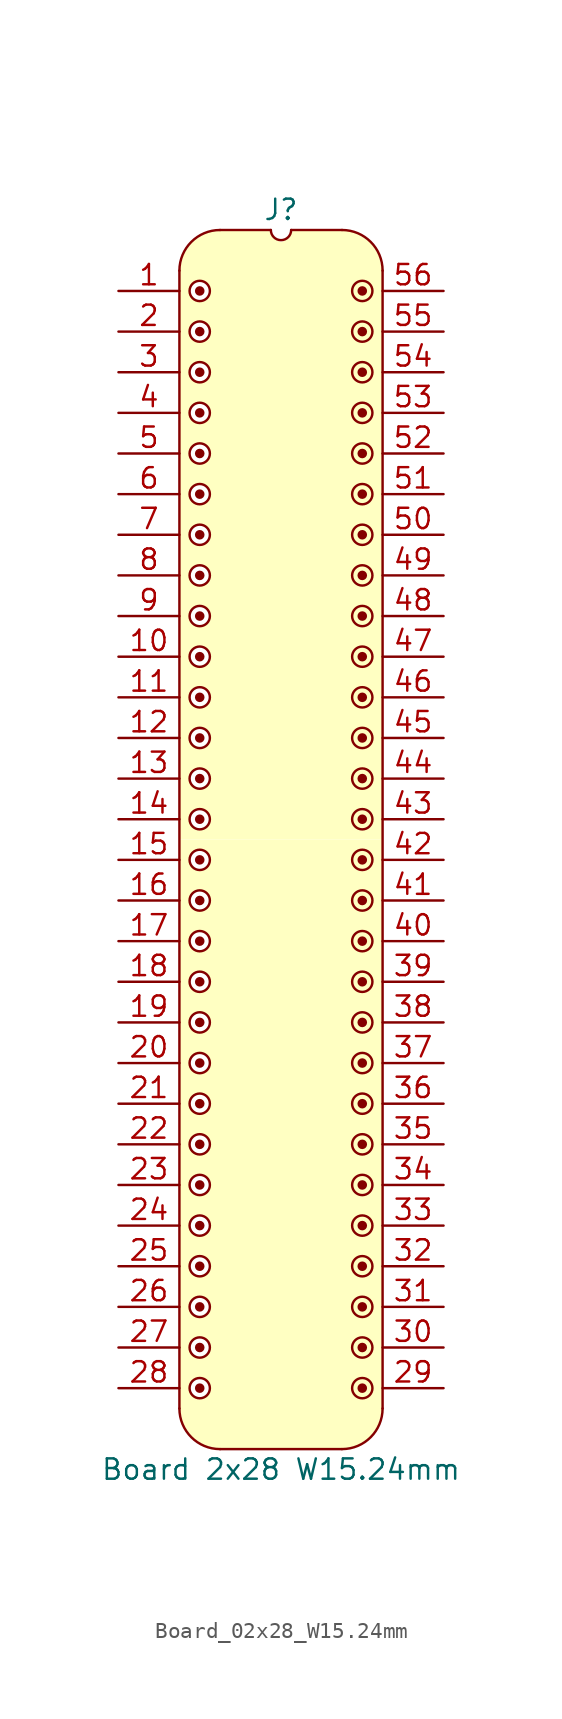
<source format=kicad_sym>
(kicad_symbol_lib
  (version 20241209)
  (generator "kicad_symbol_editor")
  (generator_version "9.0")
  (symbol "Board_02x28_W15.24mm"
    (pin_names
      (offset 1.016)
      (hide yes))
    (property "Reference" "J"
      (at 0 5.08 0)
      (effects (font (size 1.27 1.27))))
    (property "Value" "Board 2x28 W15.24mm"
      (at 0 -73.66 0)
      (effects (font (size 1.27 1.27))))
    (symbol "Board_02x28_W15.24mm_0_1"
      (polyline (pts (xy -6.35 1.27) (xy -6.35 -69.85)) (stroke (width 0) (type default)) (fill (type none)))
      (arc (start -3.8102 -72.3898) (mid -5.6063 -71.6459) (end -6.3502 -69.8498) (stroke (width 0) (type default)) (fill (type none)))
      (arc (start -6.35 1.27) (mid -5.6061 3.0661) (end -3.81 3.81) (stroke (width 0) (type default)) (fill (type none)))
      (polyline (pts (xy -3.81 3.81) (xy -0.635 3.81)) (stroke (width 0) (type default)) (fill (type none)))
      (arc (start 0.635 3.81) (mid 0 3.175) (end -0.635 3.81) (stroke (width 0) (type default)) (fill (type none)))
      (polyline (pts (xy 0.635 3.81) (xy 3.81 3.81)) (stroke (width 0) (type default)) (fill (type none)))
      (polyline (pts (xy 3.81 -72.39) (xy -3.81 -72.39)) (stroke (width 0) (type default)) (fill (type none)))
      (arc (start 3.81 3.81) (mid 5.6061 3.0661) (end 6.35 1.27) (stroke (width 0) (type default)) (fill (type none)))
      (arc (start 6.3498 -69.8498) (mid 5.6059 -71.6459) (end 3.8098 -72.3898) (stroke (width 0) (type default)) (fill (type none)))
      (polyline (pts (xy 6.35 -69.85) (xy 6.35 1.27)) (stroke (width 0) (type default)) (fill (type none))))
    (symbol "Board_02x28_W15.24mm_1_1"
      (polyline (pts (xy -6.35 1.27) (xy -6.096 2.286) (xy -5.588 3.048) (xy -4.826 3.556) (xy -4.064 3.81) (xy -0.762 3.81) (xy -0.508 3.302) (xy 0 3.048) (xy 0 -34.29) (xy -6.35 -34.29) (xy -6.35 1.27)) (stroke (width -0.0001) (type solid)) (fill (type background)))
      (polyline (pts (xy -6.35 -34.29) (xy 0 -34.29) (xy 0 -72.39) (xy -3.81 -72.39) (xy -4.826 -72.136) (xy -5.588 -71.628) (xy -6.096 -70.866) (xy -6.35 -69.85) (xy -6.35 -29.21)) (stroke (width -0.0001) (type solid)) (fill (type background)))
      (circle (center -5.08 0) (radius 0.0001) (stroke (width 0.3) (type solid)) (fill (type none)))
      (circle (center -5.08 0) (radius 0.635) (stroke (width 0) (type solid)) (fill (type color) (color 255 255 255 1)))
      (circle (center -5.08 -2.54) (radius 0.0001) (stroke (width 0.3) (type solid)) (fill (type none)))
      (circle (center -5.08 -2.54) (radius 0.635) (stroke (width 0) (type solid)) (fill (type color) (color 255 255 255 1)))
      (circle (center -5.08 -5.08) (radius 0.0001) (stroke (width 0.3) (type solid)) (fill (type none)))
      (circle (center -5.08 -5.08) (radius 0.635) (stroke (width 0) (type solid)) (fill (type color) (color 255 255 255 1)))
      (circle (center -5.08 -7.62) (radius 0.0001) (stroke (width 0.3) (type solid)) (fill (type none)))
      (circle (center -5.08 -7.62) (radius 0.635) (stroke (width 0) (type solid)) (fill (type color) (color 255 255 255 1)))
      (circle (center -5.08 -10.16) (radius 0.0001) (stroke (width 0.3) (type solid)) (fill (type none)))
      (circle (center -5.08 -10.16) (radius 0.635) (stroke (width 0) (type solid)) (fill (type color) (color 255 255 255 1)))
      (circle (center -5.08 -12.7) (radius 0.0001) (stroke (width 0.3) (type solid)) (fill (type none)))
      (circle (center -5.08 -12.7) (radius 0.635) (stroke (width 0) (type solid)) (fill (type color) (color 255 255 255 1)))
      (circle (center -5.08 -15.24) (radius 0.0001) (stroke (width 0.3) (type solid)) (fill (type none)))
      (circle (center -5.08 -15.24) (radius 0.635) (stroke (width 0) (type solid)) (fill (type color) (color 255 255 255 1)))
      (circle (center -5.08 -17.78) (radius 0.0001) (stroke (width 0.3) (type solid)) (fill (type none)))
      (circle (center -5.08 -17.78) (radius 0.635) (stroke (width 0) (type solid)) (fill (type color) (color 255 255 255 1)))
      (circle (center -5.08 -20.32) (radius 0.0001) (stroke (width 0.3) (type solid)) (fill (type none)))
      (circle (center -5.08 -20.32) (radius 0.635) (stroke (width 0) (type solid)) (fill (type color) (color 255 255 255 1)))
      (circle (center -5.08 -22.86) (radius 0.0001) (stroke (width 0.3) (type solid)) (fill (type none)))
      (circle (center -5.08 -22.86) (radius 0.635) (stroke (width 0) (type solid)) (fill (type color) (color 255 255 255 1)))
      (circle (center -5.08 -25.4) (radius 0.0001) (stroke (width 0.3) (type solid)) (fill (type none)))
      (circle (center -5.08 -25.4) (radius 0.635) (stroke (width 0) (type solid)) (fill (type color) (color 255 255 255 1)))
      (circle (center -5.08 -27.94) (radius 0.0001) (stroke (width 0.3) (type solid)) (fill (type none)))
      (circle (center -5.08 -27.94) (radius 0.635) (stroke (width 0) (type solid)) (fill (type color) (color 255 255 255 1)))
      (circle (center -5.08 -30.48) (radius 0.0001) (stroke (width 0.3) (type solid)) (fill (type none)))
      (circle (center -5.08 -30.48) (radius 0.635) (stroke (width 0) (type solid)) (fill (type color) (color 255 255 255 1)))
      (circle (center -5.08 -33.02) (radius 0.0001) (stroke (width 0.3) (type solid)) (fill (type none)))
      (circle (center -5.08 -33.02) (radius 0.635) (stroke (width 0) (type solid)) (fill (type color) (color 255 255 255 1)))
      (circle (center -5.08 -35.56) (radius 0.0001) (stroke (width 0.3) (type solid)) (fill (type none)))
      (circle (center -5.08 -35.56) (radius 0.635) (stroke (width 0) (type solid)) (fill (type color) (color 255 255 255 1)))
      (circle (center -5.08 -38.1) (radius 0.0001) (stroke (width 0.3) (type solid)) (fill (type none)))
      (circle (center -5.08 -38.1) (radius 0.635) (stroke (width 0) (type solid)) (fill (type color) (color 255 255 255 1)))
      (circle (center -5.08 -40.64) (radius 0.0001) (stroke (width 0.3) (type solid)) (fill (type none)))
      (circle (center -5.08 -40.64) (radius 0.635) (stroke (width 0) (type solid)) (fill (type color) (color 255 255 255 1)))
      (circle (center -5.08 -43.18) (radius 0.0001) (stroke (width 0.3) (type solid)) (fill (type none)))
      (circle (center -5.08 -43.18) (radius 0.635) (stroke (width 0) (type solid)) (fill (type color) (color 255 255 255 1)))
      (circle (center -5.08 -45.72) (radius 0.0001) (stroke (width 0.3) (type solid)) (fill (type none)))
      (circle (center -5.08 -45.72) (radius 0.635) (stroke (width 0) (type solid)) (fill (type color) (color 255 255 255 1)))
      (circle (center -5.08 -48.26) (radius 0.0001) (stroke (width 0.3) (type solid)) (fill (type none)))
      (circle (center -5.08 -48.26) (radius 0.635) (stroke (width 0) (type solid)) (fill (type color) (color 255 255 255 1)))
      (circle (center -5.08 -50.8) (radius 0.0001) (stroke (width 0.3) (type solid)) (fill (type none)))
      (circle (center -5.08 -50.8) (radius 0.635) (stroke (width 0) (type solid)) (fill (type color) (color 255 255 255 1)))
      (circle (center -5.08 -53.34) (radius 0.0001) (stroke (width 0.3) (type solid)) (fill (type none)))
      (circle (center -5.08 -53.34) (radius 0.635) (stroke (width 0) (type solid)) (fill (type color) (color 255 255 255 1)))
      (circle (center -5.08 -55.88) (radius 0.0001) (stroke (width 0.3) (type solid)) (fill (type none)))
      (circle (center -5.08 -55.88) (radius 0.635) (stroke (width 0) (type solid)) (fill (type color) (color 255 255 255 1)))
      (circle (center -5.08 -58.42) (radius 0.0001) (stroke (width 0.3) (type solid)) (fill (type none)))
      (circle (center -5.08 -58.42) (radius 0.635) (stroke (width 0) (type solid)) (fill (type color) (color 255 255 255 1)))
      (circle (center -5.08 -60.96) (radius 0.0001) (stroke (width 0.3) (type solid)) (fill (type none)))
      (circle (center -5.08 -60.96) (radius 0.635) (stroke (width 0) (type solid)) (fill (type color) (color 255 255 255 1)))
      (circle (center -5.08 -63.5) (radius 0.0001) (stroke (width 0.3) (type solid)) (fill (type none)))
      (circle (center -5.08 -63.5) (radius 0.635) (stroke (width 0) (type solid)) (fill (type color) (color 255 255 255 1)))
      (circle (center -5.08 -66.04) (radius 0.0001) (stroke (width 0.3) (type solid)) (fill (type none)))
      (circle (center -5.08 -66.04) (radius 0.635) (stroke (width 0) (type solid)) (fill (type color) (color 255 255 255 1)))
      (circle (center -5.08 -68.58) (radius 0.0001) (stroke (width 0.3) (type solid)) (fill (type none)))
      (circle (center -5.08 -68.58) (radius 0.635) (stroke (width 0) (type solid)) (fill (type color) (color 255 255 255 1)))
      (circle (center 5.08 0) (radius 0.0001) (stroke (width 0.3) (type solid)) (fill (type none)))
      (circle (center 5.08 0) (radius 0.635) (stroke (width 0) (type solid)) (fill (type color) (color 255 255 255 1)))
      (circle (center 5.08 -2.54) (radius 0.0001) (stroke (width 0.3) (type solid)) (fill (type none)))
      (circle (center 5.08 -2.54) (radius 0.635) (stroke (width 0) (type solid)) (fill (type color) (color 255 255 255 1)))
      (circle (center 5.08 -5.08) (radius 0.0001) (stroke (width 0.3) (type solid)) (fill (type none)))
      (circle (center 5.08 -5.08) (radius 0.635) (stroke (width 0) (type solid)) (fill (type color) (color 255 255 255 1)))
      (circle (center 5.08 -7.62) (radius 0.0001) (stroke (width 0.3) (type solid)) (fill (type none)))
      (circle (center 5.08 -7.62) (radius 0.635) (stroke (width 0) (type solid)) (fill (type color) (color 255 255 255 1)))
      (circle (center 5.08 -10.16) (radius 0.0001) (stroke (width 0.3) (type solid)) (fill (type none)))
      (circle (center 5.08 -10.16) (radius 0.635) (stroke (width 0) (type solid)) (fill (type color) (color 255 255 255 1)))
      (circle (center 5.08 -12.7) (radius 0.0001) (stroke (width 0.3) (type solid)) (fill (type none)))
      (circle (center 5.08 -12.7) (radius 0.635) (stroke (width 0) (type solid)) (fill (type color) (color 255 255 255 1)))
      (circle (center 5.08 -15.24) (radius 0.0001) (stroke (width 0.3) (type solid)) (fill (type none)))
      (circle (center 5.08 -15.24) (radius 0.635) (stroke (width 0) (type solid)) (fill (type color) (color 255 255 255 1)))
      (circle (center 5.08 -17.78) (radius 0.0001) (stroke (width 0.3) (type solid)) (fill (type none)))
      (circle (center 5.08 -17.78) (radius 0.635) (stroke (width 0) (type solid)) (fill (type color) (color 255 255 255 1)))
      (circle (center 5.08 -20.32) (radius 0.0001) (stroke (width 0.3) (type solid)) (fill (type none)))
      (circle (center 5.08 -20.32) (radius 0.635) (stroke (width 0) (type solid)) (fill (type color) (color 255 255 255 1)))
      (circle (center 5.08 -22.86) (radius 0.0001) (stroke (width 0.3) (type solid)) (fill (type none)))
      (circle (center 5.08 -22.86) (radius 0.635) (stroke (width 0) (type solid)) (fill (type color) (color 255 255 255 1)))
      (circle (center 5.08 -25.4) (radius 0.0001) (stroke (width 0.3) (type solid)) (fill (type none)))
      (circle (center 5.08 -25.4) (radius 0.635) (stroke (width 0) (type solid)) (fill (type color) (color 255 255 255 1)))
      (circle (center 5.08 -27.94) (radius 0.0001) (stroke (width 0.3) (type solid)) (fill (type none)))
      (circle (center 5.08 -27.94) (radius 0.635) (stroke (width 0) (type solid)) (fill (type color) (color 255 255 255 1)))
      (circle (center 5.08 -30.48) (radius 0.0001) (stroke (width 0.3) (type solid)) (fill (type none)))
      (circle (center 5.08 -30.48) (radius 0.635) (stroke (width 0) (type solid)) (fill (type color) (color 255 255 255 1)))
      (circle (center 5.08 -33.02) (radius 0.0001) (stroke (width 0.3) (type solid)) (fill (type none)))
      (circle (center 5.08 -33.02) (radius 0.635) (stroke (width 0) (type solid)) (fill (type color) (color 255 255 255 1)))
      (circle (center 5.08 -35.56) (radius 0.0001) (stroke (width 0.3) (type solid)) (fill (type none)))
      (circle (center 5.08 -35.56) (radius 0.635) (stroke (width 0) (type solid)) (fill (type color) (color 255 255 255 1)))
      (circle (center 5.08 -38.1) (radius 0.0001) (stroke (width 0.3) (type solid)) (fill (type none)))
      (circle (center 5.08 -38.1) (radius 0.635) (stroke (width 0) (type solid)) (fill (type color) (color 255 255 255 1)))
      (circle (center 5.08 -40.64) (radius 0.0001) (stroke (width 0.3) (type solid)) (fill (type none)))
      (circle (center 5.08 -40.64) (radius 0.635) (stroke (width 0) (type solid)) (fill (type color) (color 255 255 255 1)))
      (circle (center 5.08 -43.18) (radius 0.0001) (stroke (width 0.3) (type solid)) (fill (type none)))
      (circle (center 5.08 -43.18) (radius 0.635) (stroke (width 0) (type solid)) (fill (type color) (color 255 255 255 1)))
      (circle (center 5.08 -45.72) (radius 0.0001) (stroke (width 0.3) (type solid)) (fill (type none)))
      (circle (center 5.08 -45.72) (radius 0.635) (stroke (width 0) (type solid)) (fill (type color) (color 255 255 255 1)))
      (circle (center 5.08 -48.26) (radius 0.0001) (stroke (width 0.3) (type solid)) (fill (type none)))
      (circle (center 5.08 -48.26) (radius 0.635) (stroke (width 0) (type solid)) (fill (type color) (color 255 255 255 1)))
      (circle (center 5.08 -50.8) (radius 0.0001) (stroke (width 0.3) (type solid)) (fill (type none)))
      (circle (center 5.08 -50.8) (radius 0.635) (stroke (width 0) (type solid)) (fill (type color) (color 255 255 255 1)))
      (circle (center 5.08 -53.34) (radius 0.0001) (stroke (width 0.3) (type solid)) (fill (type none)))
      (circle (center 5.08 -53.34) (radius 0.635) (stroke (width 0) (type solid)) (fill (type color) (color 255 255 255 1)))
      (circle (center 5.08 -55.88) (radius 0.0001) (stroke (width 0.3) (type solid)) (fill (type none)))
      (circle (center 5.08 -55.88) (radius 0.635) (stroke (width 0) (type solid)) (fill (type color) (color 255 255 255 1)))
      (circle (center 5.08 -58.42) (radius 0.0001) (stroke (width 0.3) (type solid)) (fill (type none)))
      (circle (center 5.08 -58.42) (radius 0.635) (stroke (width 0) (type solid)) (fill (type color) (color 255 255 255 1)))
      (circle (center 5.08 -60.96) (radius 0.0001) (stroke (width 0.3) (type solid)) (fill (type none)))
      (circle (center 5.08 -60.96) (radius 0.635) (stroke (width 0) (type solid)) (fill (type color) (color 255 255 255 1)))
      (circle (center 5.08 -63.5) (radius 0.0001) (stroke (width 0.3) (type solid)) (fill (type none)))
      (circle (center 5.08 -63.5) (radius 0.635) (stroke (width 0) (type solid)) (fill (type color) (color 255 255 255 1)))
      (circle (center 5.08 -66.04) (radius 0.0001) (stroke (width 0.3) (type solid)) (fill (type none)))
      (circle (center 5.08 -66.04) (radius 0.635) (stroke (width 0) (type solid)) (fill (type color) (color 255 255 255 1)))
      (circle (center 5.08 -68.58) (radius 0.0001) (stroke (width 0.3) (type solid)) (fill (type none)))
      (circle (center 5.08 -68.58) (radius 0.635) (stroke (width 0) (type solid)) (fill (type color) (color 255 255 255 1)))
      (polyline (pts (xy 6.35 1.27) (xy 6.096 2.286) (xy 5.588 3.048) (xy 4.826 3.556) (xy 4.064 3.81) (xy 0.762 3.81) (xy 0.508 3.302) (xy 0 3.048) (xy 0 -34.29) (xy 6.35 -34.29) (xy 6.35 1.27)) (stroke (width -0.0001) (type solid)) (fill (type background)))
      (polyline (pts (xy 6.35 -34.29) (xy 0 -34.29) (xy 0 -72.39) (xy 3.81 -72.39) (xy 4.826 -72.136) (xy 5.588 -71.628) (xy 6.096 -70.866) (xy 6.35 -69.85)) (stroke (width -0.0001) (type solid)) (fill (type background)))
      (pin passive line (at -10.16 0 0) (length 3.81) (name "" (effects (font (size 1.27 1.27)))) (number "1" (effects (font (size 1.27 1.27)))))
      (pin passive line (at -10.16 -2.54 0) (length 3.81) (name "" (effects (font (size 1.27 1.27)))) (number "2" (effects (font (size 1.27 1.27)))))
      (pin passive line (at -10.16 -5.08 0) (length 3.81) (name "" (effects (font (size 1.27 1.27)))) (number "3" (effects (font (size 1.27 1.27)))))
      (pin passive line (at -10.16 -7.62 0) (length 3.81) (name "" (effects (font (size 1.27 1.27)))) (number "4" (effects (font (size 1.27 1.27)))))
      (pin passive line (at -10.16 -10.16 0) (length 3.81) (name "" (effects (font (size 1.27 1.27)))) (number "5" (effects (font (size 1.27 1.27)))))
      (pin passive line (at -10.16 -12.7 0) (length 3.81) (name "" (effects (font (size 1.27 1.27)))) (number "6" (effects (font (size 1.27 1.27)))))
      (pin passive line (at -10.16 -15.24 0) (length 3.81) (name "" (effects (font (size 1.27 1.27)))) (number "7" (effects (font (size 1.27 1.27)))))
      (pin passive line (at -10.16 -17.78 0) (length 3.81) (name "" (effects (font (size 1.27 1.27)))) (number "8" (effects (font (size 1.27 1.27)))))
      (pin passive line (at -10.16 -20.32 0) (length 3.81) (name "" (effects (font (size 1.27 1.27)))) (number "9" (effects (font (size 1.27 1.27)))))
      (pin passive line (at -10.16 -22.86 0) (length 3.81) (name "" (effects (font (size 1.27 1.27)))) (number "10" (effects (font (size 1.27 1.27)))))
      (pin passive line (at -10.16 -25.4 0) (length 3.81) (name "" (effects (font (size 1.27 1.27)))) (number "11" (effects (font (size 1.27 1.27)))))
      (pin passive line (at -10.16 -27.94 0) (length 3.81) (name "" (effects (font (size 1.27 1.27)))) (number "12" (effects (font (size 1.27 1.27)))))
      (pin passive line (at -10.16 -30.48 0) (length 3.81) (name "" (effects (font (size 1.27 1.27)))) (number "13" (effects (font (size 1.27 1.27)))))
      (pin passive line (at -10.16 -33.02 0) (length 3.81) (name "" (effects (font (size 1.27 1.27)))) (number "14" (effects (font (size 1.27 1.27)))))
      (pin passive line (at -10.16 -35.56 0) (length 3.81) (name "" (effects (font (size 1.27 1.27)))) (number "15" (effects (font (size 1.27 1.27)))))
      (pin passive line (at -10.16 -38.1 0) (length 3.81) (name "" (effects (font (size 1.27 1.27)))) (number "16" (effects (font (size 1.27 1.27)))))
      (pin passive line (at -10.16 -40.64 0) (length 3.81) (name "" (effects (font (size 1.27 1.27)))) (number "17" (effects (font (size 1.27 1.27)))))
      (pin passive line (at -10.16 -43.18 0) (length 3.81) (name "" (effects (font (size 1.27 1.27)))) (number "18" (effects (font (size 1.27 1.27)))))
      (pin passive line (at -10.16 -45.72 0) (length 3.81) (name "" (effects (font (size 1.27 1.27)))) (number "19" (effects (font (size 1.27 1.27)))))
      (pin passive line (at -10.16 -48.26 0) (length 3.81) (name "" (effects (font (size 1.27 1.27)))) (number "20" (effects (font (size 1.27 1.27)))))
      (pin passive line (at -10.16 -50.8 0) (length 3.81) (name "" (effects (font (size 1.27 1.27)))) (number "21" (effects (font (size 1.27 1.27)))))
      (pin passive line (at -10.16 -53.34 0) (length 3.81) (name "" (effects (font (size 1.27 1.27)))) (number "22" (effects (font (size 1.27 1.27)))))
      (pin passive line (at -10.16 -55.88 0) (length 3.81) (name "" (effects (font (size 1.27 1.27)))) (number "23" (effects (font (size 1.27 1.27)))))
      (pin passive line (at -10.16 -58.42 0) (length 3.81) (name "" (effects (font (size 1.27 1.27)))) (number "24" (effects (font (size 1.27 1.27)))))
      (pin passive line (at -10.16 -60.96 0) (length 3.81) (name "" (effects (font (size 1.27 1.27)))) (number "25" (effects (font (size 1.27 1.27)))))
      (pin passive line (at -10.16 -63.5 0) (length 3.81) (name "" (effects (font (size 1.27 1.27)))) (number "26" (effects (font (size 1.27 1.27)))))
      (pin passive line (at -10.16 -66.04 0) (length 3.81) (name "" (effects (font (size 1.27 1.27)))) (number "27" (effects (font (size 1.27 1.27)))))
      (pin passive line (at -10.16 -68.58 0) (length 3.81) (name "" (effects (font (size 1.27 1.27)))) (number "28" (effects (font (size 1.27 1.27)))))
      (pin passive line (at 10.16 0 180) (length 3.81) (name "" (effects (font (size 1.27 1.27)))) (number "56" (effects (font (size 1.27 1.27)))))
      (pin passive line (at 10.16 -2.54 180) (length 3.81) (name "" (effects (font (size 1.27 1.27)))) (number "55" (effects (font (size 1.27 1.27)))))
      (pin passive line (at 10.16 -5.08 180) (length 3.81) (name "" (effects (font (size 1.27 1.27)))) (number "54" (effects (font (size 1.27 1.27)))))
      (pin passive line (at 10.16 -7.62 180) (length 3.81) (name "" (effects (font (size 1.27 1.27)))) (number "53" (effects (font (size 1.27 1.27)))))
      (pin passive line (at 10.16 -10.16 180) (length 3.81) (name "" (effects (font (size 1.27 1.27)))) (number "52" (effects (font (size 1.27 1.27)))))
      (pin passive line (at 10.16 -12.7 180) (length 3.81) (name "" (effects (font (size 1.27 1.27)))) (number "51" (effects (font (size 1.27 1.27)))))
      (pin passive line (at 10.16 -15.24 180) (length 3.81) (name "" (effects (font (size 1.27 1.27)))) (number "50" (effects (font (size 1.27 1.27)))))
      (pin passive line (at 10.16 -17.78 180) (length 3.81) (name "" (effects (font (size 1.27 1.27)))) (number "49" (effects (font (size 1.27 1.27)))))
      (pin passive line (at 10.16 -20.32 180) (length 3.81) (name "" (effects (font (size 1.27 1.27)))) (number "48" (effects (font (size 1.27 1.27)))))
      (pin passive line (at 10.16 -22.86 180) (length 3.81) (name "" (effects (font (size 1.27 1.27)))) (number "47" (effects (font (size 1.27 1.27)))))
      (pin passive line (at 10.16 -25.4 180) (length 3.81) (name "" (effects (font (size 1.27 1.27)))) (number "46" (effects (font (size 1.27 1.27)))))
      (pin passive line (at 10.16 -27.94 180) (length 3.81) (name "" (effects (font (size 1.27 1.27)))) (number "45" (effects (font (size 1.27 1.27)))))
      (pin passive line (at 10.16 -30.48 180) (length 3.81) (name "" (effects (font (size 1.27 1.27)))) (number "44" (effects (font (size 1.27 1.27)))))
      (pin passive line (at 10.16 -33.02 180) (length 3.81) (name "" (effects (font (size 1.27 1.27)))) (number "43" (effects (font (size 1.27 1.27)))))
      (pin passive line (at 10.16 -35.56 180) (length 3.81) (name "" (effects (font (size 1.27 1.27)))) (number "42" (effects (font (size 1.27 1.27)))))
      (pin passive line (at 10.16 -38.1 180) (length 3.81) (name "" (effects (font (size 1.27 1.27)))) (number "41" (effects (font (size 1.27 1.27)))))
      (pin passive line (at 10.16 -40.64 180) (length 3.81) (name "" (effects (font (size 1.27 1.27)))) (number "40" (effects (font (size 1.27 1.27)))))
      (pin passive line (at 10.16 -43.18 180) (length 3.81) (name "" (effects (font (size 1.27 1.27)))) (number "39" (effects (font (size 1.27 1.27)))))
      (pin passive line (at 10.16 -45.72 180) (length 3.81) (name "" (effects (font (size 1.27 1.27)))) (number "38" (effects (font (size 1.27 1.27)))))
      (pin passive line (at 10.16 -48.26 180) (length 3.81) (name "" (effects (font (size 1.27 1.27)))) (number "37" (effects (font (size 1.27 1.27)))))
      (pin passive line (at 10.16 -50.8 180) (length 3.81) (name "" (effects (font (size 1.27 1.27)))) (number "36" (effects (font (size 1.27 1.27)))))
      (pin passive line (at 10.16 -53.34 180) (length 3.81) (name "" (effects (font (size 1.27 1.27)))) (number "35" (effects (font (size 1.27 1.27)))))
      (pin passive line (at 10.16 -55.88 180) (length 3.81) (name "" (effects (font (size 1.27 1.27)))) (number "34" (effects (font (size 1.27 1.27)))))
      (pin passive line (at 10.16 -58.42 180) (length 3.81) (name "" (effects (font (size 1.27 1.27)))) (number "33" (effects (font (size 1.27 1.27)))))
      (pin passive line (at 10.16 -60.96 180) (length 3.81) (name "" (effects (font (size 1.27 1.27)))) (number "32" (effects (font (size 1.27 1.27)))))
      (pin passive line (at 10.16 -63.5 180) (length 3.81) (name "" (effects (font (size 1.27 1.27)))) (number "31" (effects (font (size 1.27 1.27)))))
      (pin passive line (at 10.16 -66.04 180) (length 3.81) (name "" (effects (font (size 1.27 1.27)))) (number "30" (effects (font (size 1.27 1.27)))))
      (pin passive line (at 10.16 -68.58 180) (length 3.81) (name "" (effects (font (size 1.27 1.27)))) (number "29" (effects (font (size 1.27 1.27))))))))
</source>
